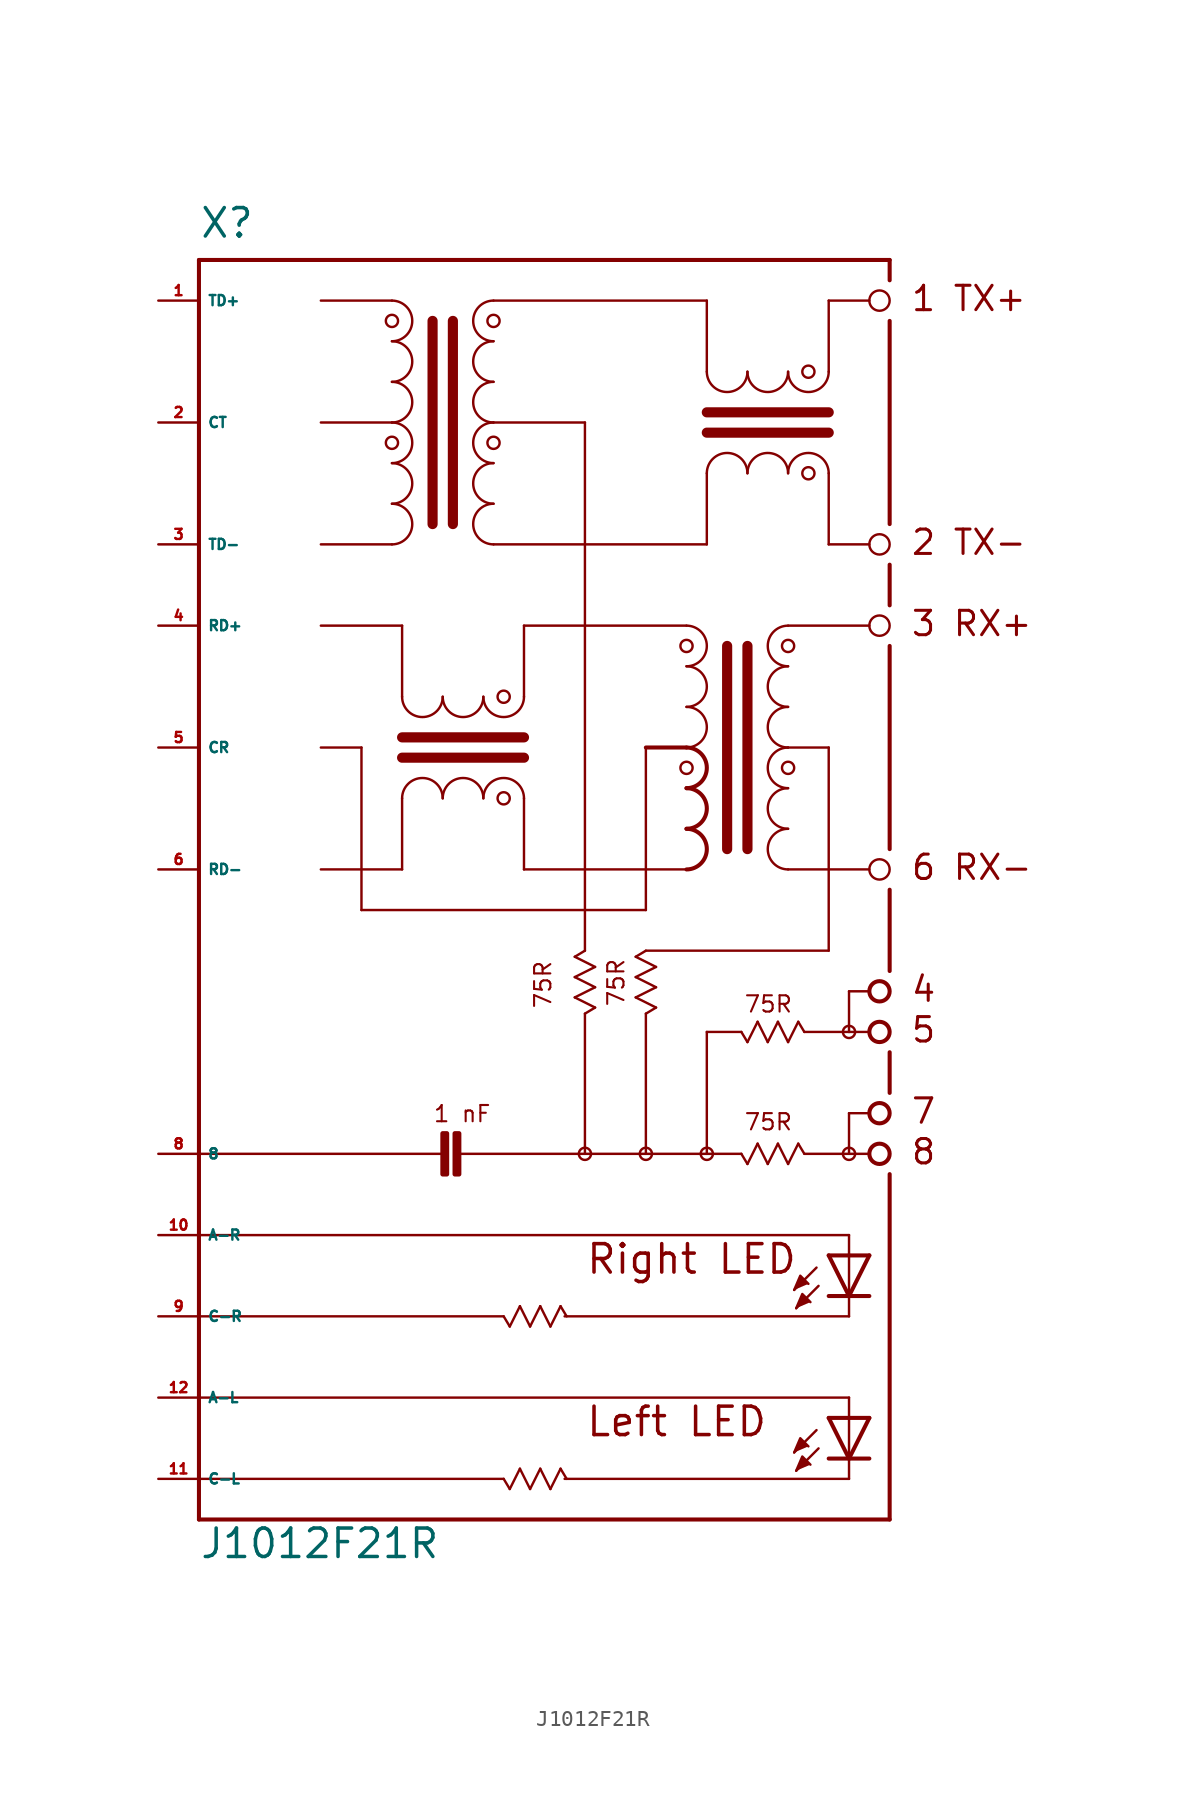
<source format=kicad_sym>
(kicad_symbol_lib
  (version 20220914)
  (generator Eagle2Kicad)
  (symbol "J1012F21R"
    (property "Reference" "X"
      (at -20.32 21.59 0)
      (effects (font (size 1.778 1.778) (thickness 0.22)) (justify left bottom)))
    (property "Value" "J1012F21R"
      (at -20.32 -60.96 0)
      (effects (font (size 1.778 1.778) (thickness 0.22)) (justify left bottom)))
    (polyline
      (pts (xy 16.891 -44.069) (xy 17.272 -43.18) (xy 17.78 -43.688))
      (stroke (width 0.152) (type default))
      (fill (type outline)))
    (polyline
      (pts (xy 17.018 -45.212) (xy 17.399 -44.323) (xy 17.907 -44.831))
      (stroke (width 0.152) (type default))
      (fill (type outline)))
    (polyline
      (pts (xy 16.891 -54.229) (xy 17.272 -53.34) (xy 17.78 -53.848))
      (stroke (width 0.152) (type default))
      (fill (type outline)))
    (polyline
      (pts (xy 17.018 -55.372) (xy 17.399 -54.483) (xy 17.907 -54.991))
      (stroke (width 0.152) (type default))
      (fill (type outline)))
    (polyline
      (pts (xy -1.27 -45.72) (xy -0.889 -46.355))
      (stroke (width 0.152) (type default))
      (fill (type none)))
    (polyline
      (pts (xy -0.889 -46.355) (xy -0.254 -45.085))
      (stroke (width 0.152) (type default))
      (fill (type none)))
    (polyline
      (pts (xy -0.254 -45.085) (xy 0.381 -46.355))
      (stroke (width 0.152) (type default))
      (fill (type none)))
    (polyline
      (pts (xy 0.381 -46.355) (xy 1.016 -45.085))
      (stroke (width 0.152) (type default))
      (fill (type none)))
    (polyline
      (pts (xy 1.016 -45.085) (xy 1.651 -46.355))
      (stroke (width 0.152) (type default))
      (fill (type none)))
    (polyline
      (pts (xy 1.651 -46.355) (xy 2.286 -45.085))
      (stroke (width 0.152) (type default))
      (fill (type none)))
    (polyline
      (pts (xy 2.286 -45.085) (xy 2.667 -45.72))
      (stroke (width 0.152) (type default))
      (fill (type none)))
    (polyline
      (pts (xy -1.27 -55.88) (xy -0.889 -56.515))
      (stroke (width 0.152) (type default))
      (fill (type none)))
    (polyline
      (pts (xy -0.889 -56.515) (xy -0.254 -55.245))
      (stroke (width 0.152) (type default))
      (fill (type none)))
    (polyline
      (pts (xy -0.254 -55.245) (xy 0.381 -56.515))
      (stroke (width 0.152) (type default))
      (fill (type none)))
    (polyline
      (pts (xy 0.381 -56.515) (xy 1.016 -55.245))
      (stroke (width 0.152) (type default))
      (fill (type none)))
    (polyline
      (pts (xy 1.016 -55.245) (xy 1.651 -56.515))
      (stroke (width 0.152) (type default))
      (fill (type none)))
    (polyline
      (pts (xy 1.651 -56.515) (xy 2.286 -55.245))
      (stroke (width 0.152) (type default))
      (fill (type none)))
    (polyline
      (pts (xy 2.286 -55.245) (xy 2.667 -55.88))
      (stroke (width 0.152) (type default))
      (fill (type none)))
    (polyline
      (pts (xy -12.7 2.54) (xy -8.255 2.54))
      (stroke (width 0.152) (type default))
      (fill (type none)))
    (polyline
      (pts (xy -12.7 10.16) (xy -8.255 10.16))
      (stroke (width 0.152) (type default))
      (fill (type none)))
    (polyline
      (pts (xy -12.7 17.78) (xy -8.255 17.78))
      (stroke (width 0.152) (type default))
      (fill (type none)))
    (arc
      (start -8.255 10.16)
      (mid -6.985 11.430)
      (end -8.255 12.7)
      (stroke (width 0.1524) (type default))
      (fill (type none)))
    (arc
      (start -8.255 12.7)
      (mid -6.985 13.970)
      (end -8.255 15.24)
      (stroke (width 0.1524) (type default))
      (fill (type none)))
    (arc
      (start -8.255 15.24)
      (mid -6.985 16.510)
      (end -8.255 17.78)
      (stroke (width 0.1524) (type default))
      (fill (type none)))
    (arc
      (start -8.255 7.62)
      (mid -6.985 8.890)
      (end -8.255 10.16)
      (stroke (width 0.1524) (type default))
      (fill (type none)))
    (arc
      (start -8.255 5.08)
      (mid -6.985 6.350)
      (end -8.255 7.62)
      (stroke (width 0.1524) (type default))
      (fill (type none)))
    (arc
      (start -8.255 2.54)
      (mid -6.985 3.810)
      (end -8.255 5.08)
      (stroke (width 0.1524) (type default))
      (fill (type none)))
    (polyline
      (pts (xy -5.715 16.51) (xy -5.715 3.81))
      (stroke (width 0.635) (type default))
      (fill (type none)))
    (polyline
      (pts (xy -4.445 16.51) (xy -4.445 3.81))
      (stroke (width 0.635) (type default))
      (fill (type none)))
    (arc
      (start -1.905 12.7)
      (mid -3.175 11.430)
      (end -1.905 10.16)
      (stroke (width 0.1524) (type default))
      (fill (type none)))
    (arc
      (start -1.905 15.24)
      (mid -3.175 13.970)
      (end -1.905 12.7)
      (stroke (width 0.1524) (type default))
      (fill (type none)))
    (arc
      (start -1.905 17.78)
      (mid -3.175 16.510)
      (end -1.905 15.24)
      (stroke (width 0.1524) (type default))
      (fill (type none)))
    (arc
      (start -1.905 10.16)
      (mid -3.175 8.890)
      (end -1.905 7.62)
      (stroke (width 0.1524) (type default))
      (fill (type none)))
    (arc
      (start -1.905 7.62)
      (mid -3.175 6.350)
      (end -1.905 5.08)
      (stroke (width 0.1524) (type default))
      (fill (type none)))
    (arc
      (start -1.905 5.08)
      (mid -3.175 3.810)
      (end -1.905 2.54)
      (stroke (width 0.1524) (type default))
      (fill (type none)))
    (arc
      (start 19.05 6.985)
      (mid 17.780 8.255)
      (end 16.51 6.985)
      (stroke (width 0.1524) (type default))
      (fill (type none)))
    (arc
      (start 16.51 6.985)
      (mid 15.240 8.255)
      (end 13.97 6.985)
      (stroke (width 0.1524) (type default))
      (fill (type none)))
    (arc
      (start 13.97 6.985)
      (mid 12.700 8.255)
      (end 11.43 6.985)
      (stroke (width 0.1524) (type default))
      (fill (type none)))
    (arc
      (start 16.51 13.335)
      (mid 17.780 12.065)
      (end 19.05 13.335)
      (stroke (width 0.1524) (type default))
      (fill (type none)))
    (arc
      (start 13.97 13.335)
      (mid 15.240 12.065)
      (end 16.51 13.335)
      (stroke (width 0.1524) (type default))
      (fill (type none)))
    (arc
      (start 11.43 13.335)
      (mid 12.700 12.065)
      (end 13.97 13.335)
      (stroke (width 0.1524) (type default))
      (fill (type none)))
    (polyline
      (pts (xy -1.905 17.78) (xy 11.43 17.78))
      (stroke (width 0.152) (type default))
      (fill (type none)))
    (polyline
      (pts (xy 11.43 17.78) (xy 11.43 13.335))
      (stroke (width 0.152) (type default))
      (fill (type none)))
    (polyline
      (pts (xy 11.43 2.54) (xy -1.905 2.54))
      (stroke (width 0.152) (type default))
      (fill (type none)))
    (polyline
      (pts (xy 11.43 2.54) (xy 11.43 6.985))
      (stroke (width 0.152) (type default))
      (fill (type none)))
    (polyline
      (pts (xy 19.05 13.335) (xy 19.05 17.78))
      (stroke (width 0.152) (type default))
      (fill (type none)))
    (polyline
      (pts (xy 19.05 17.78) (xy 21.59 17.78))
      (stroke (width 0.152) (type default))
      (fill (type none)))
    (polyline
      (pts (xy 19.05 6.985) (xy 19.05 2.54))
      (stroke (width 0.152) (type default))
      (fill (type none)))
    (polyline
      (pts (xy 19.05 2.54) (xy 21.59 2.54))
      (stroke (width 0.152) (type default))
      (fill (type none)))
    (polyline
      (pts (xy 11.43 9.525) (xy 19.05 9.525))
      (stroke (width 0.635) (type default))
      (fill (type none)))
    (polyline
      (pts (xy 11.43 10.795) (xy 19.05 10.795))
      (stroke (width 0.635) (type default))
      (fill (type none)))
    (polyline
      (pts (xy 21.59 -17.78) (xy 16.51 -17.78))
      (stroke (width 0.152) (type default))
      (fill (type none)))
    (polyline
      (pts (xy 19.05 -10.16) (xy 16.51 -10.16))
      (stroke (width 0.152) (type default))
      (fill (type none)))
    (polyline
      (pts (xy 21.59 -2.54) (xy 16.51 -2.54))
      (stroke (width 0.152) (type default))
      (fill (type none)))
    (arc
      (start 16.51 -7.62)
      (mid 15.240 -8.890)
      (end 16.51 -10.16)
      (stroke (width 0.1524) (type default))
      (fill (type none)))
    (arc
      (start 16.51 -5.08)
      (mid 15.240 -6.350)
      (end 16.51 -7.62)
      (stroke (width 0.1524) (type default))
      (fill (type none)))
    (arc
      (start 16.51 -2.54)
      (mid 15.240 -3.810)
      (end 16.51 -5.08)
      (stroke (width 0.1524) (type default))
      (fill (type none)))
    (arc
      (start 16.51 -10.16)
      (mid 15.240 -11.430)
      (end 16.51 -12.7)
      (stroke (width 0.1524) (type default))
      (fill (type none)))
    (arc
      (start 16.51 -12.7)
      (mid 15.240 -13.970)
      (end 16.51 -15.24)
      (stroke (width 0.1524) (type default))
      (fill (type none)))
    (arc
      (start 16.51 -15.24)
      (mid 15.240 -16.510)
      (end 16.51 -17.78)
      (stroke (width 0.1524) (type default))
      (fill (type none)))
    (polyline
      (pts (xy 13.97 -3.81) (xy 13.97 -16.51))
      (stroke (width 0.635) (type default))
      (fill (type none)))
    (polyline
      (pts (xy 12.7 -3.81) (xy 12.7 -16.51))
      (stroke (width 0.635) (type default))
      (fill (type none)))
    (arc
      (start 10.16 -10.16)
      (mid 11.430 -8.890)
      (end 10.16 -7.62)
      (stroke (width 0.1524) (type default))
      (fill (type none)))
    (arc
      (start 10.16 -7.62)
      (mid 11.430 -6.350)
      (end 10.16 -5.08)
      (stroke (width 0.1524) (type default))
      (fill (type none)))
    (arc
      (start 10.16 -5.08)
      (mid 11.430 -3.810)
      (end 10.16 -2.54)
      (stroke (width 0.1524) (type default))
      (fill (type none)))
    (arc
      (start 10.16 -12.7)
      (mid 11.430 -11.430)
      (end 10.16 -10.16)
      (stroke (width 0.254) (type default))
      (fill (type none)))
    (arc
      (start 10.16 -15.24)
      (mid 11.430 -13.970)
      (end 10.16 -12.7)
      (stroke (width 0.254) (type default))
      (fill (type none)))
    (arc
      (start 10.16 -17.78)
      (mid 11.430 -16.510)
      (end 10.16 -15.24)
      (stroke (width 0.254) (type default))
      (fill (type none)))
    (arc
      (start -5.08 -13.335)
      (mid -6.350 -12.065)
      (end -7.62 -13.335)
      (stroke (width 0.1524) (type default))
      (fill (type none)))
    (arc
      (start -2.54 -13.335)
      (mid -3.810 -12.065)
      (end -5.08 -13.335)
      (stroke (width 0.1524) (type default))
      (fill (type none)))
    (arc
      (start 0 -13.335)
      (mid -1.270 -12.065)
      (end -2.54 -13.335)
      (stroke (width 0.1524) (type default))
      (fill (type none)))
    (arc
      (start -7.62 -6.985)
      (mid -6.350 -8.255)
      (end -5.08 -6.985)
      (stroke (width 0.1524) (type default))
      (fill (type none)))
    (arc
      (start -5.08 -6.985)
      (mid -3.810 -8.255)
      (end -2.54 -6.985)
      (stroke (width 0.1524) (type default))
      (fill (type none)))
    (arc
      (start -2.54 -6.985)
      (mid -1.270 -8.255)
      (end 0 -6.985)
      (stroke (width 0.1524) (type default))
      (fill (type none)))
    (polyline
      (pts (xy 10.16 -2.54) (xy 0 -2.54))
      (stroke (width 0.152) (type default))
      (fill (type none)))
    (polyline
      (pts (xy 0 -2.54) (xy 0 -6.985))
      (stroke (width 0.152) (type default))
      (fill (type none)))
    (polyline
      (pts (xy 0 -17.78) (xy 10.16 -17.78))
      (stroke (width 0.152) (type default))
      (fill (type none)))
    (polyline
      (pts (xy 0 -17.78) (xy 0 -13.335))
      (stroke (width 0.152) (type default))
      (fill (type none)))
    (polyline
      (pts (xy -7.62 -6.985) (xy -7.62 -2.54))
      (stroke (width 0.152) (type default))
      (fill (type none)))
    (polyline
      (pts (xy -7.62 -2.54) (xy -12.7 -2.54))
      (stroke (width 0.152) (type default))
      (fill (type none)))
    (polyline
      (pts (xy -7.62 -13.335) (xy -7.62 -17.78))
      (stroke (width 0.152) (type default))
      (fill (type none)))
    (polyline
      (pts (xy -7.62 -17.78) (xy -12.7 -17.78))
      (stroke (width 0.152) (type default))
      (fill (type none)))
    (polyline
      (pts (xy 0 -10.795) (xy -7.62 -10.795))
      (stroke (width 0.635) (type default))
      (fill (type none)))
    (polyline
      (pts (xy 0 -9.525) (xy -7.62 -9.525))
      (stroke (width 0.635) (type default))
      (fill (type none)))
    (polyline
      (pts (xy 21.59 -25.4) (xy 20.32 -25.4))
      (stroke (width 0.152) (type default))
      (fill (type none)))
    (polyline
      (pts (xy 20.32 -25.4) (xy 20.32 -27.94))
      (stroke (width 0.152) (type default))
      (fill (type none)))
    (polyline
      (pts (xy 20.32 -27.94) (xy 21.59 -27.94))
      (stroke (width 0.152) (type default))
      (fill (type none)))
    (polyline
      (pts (xy 21.59 -33.02) (xy 20.32 -33.02))
      (stroke (width 0.152) (type default))
      (fill (type none)))
    (polyline
      (pts (xy 20.32 -33.02) (xy 20.32 -35.56))
      (stroke (width 0.152) (type default))
      (fill (type none)))
    (polyline
      (pts (xy 20.32 -35.56) (xy 21.59 -35.56))
      (stroke (width 0.152) (type default))
      (fill (type none)))
    (polyline
      (pts (xy 20.32 -27.94) (xy 17.526 -27.94))
      (stroke (width 0.152) (type default))
      (fill (type none)))
    (polyline
      (pts (xy 17.526 -35.56) (xy 20.32 -35.56))
      (stroke (width 0.152) (type default))
      (fill (type none)))
    (polyline
      (pts (xy -20.32 20.32) (xy -20.32 -35.56))
      (stroke (width 0.254) (type default))
      (fill (type none)))
    (polyline
      (pts (xy -20.32 -35.56) (xy -20.32 -40.64))
      (stroke (width 0.254) (type default))
      (fill (type none)))
    (polyline
      (pts (xy -20.32 -40.64) (xy -20.32 -45.72))
      (stroke (width 0.254) (type default))
      (fill (type none)))
    (polyline
      (pts (xy -20.32 -45.72) (xy -20.32 -50.8))
      (stroke (width 0.254) (type default))
      (fill (type none)))
    (polyline
      (pts (xy -20.32 -50.8) (xy -20.32 -55.88))
      (stroke (width 0.254) (type default))
      (fill (type none)))
    (polyline
      (pts (xy -20.32 -55.88) (xy -20.32 -58.42))
      (stroke (width 0.254) (type default))
      (fill (type none)))
    (polyline
      (pts (xy -20.32 -58.42) (xy 22.86 -58.42))
      (stroke (width 0.254) (type default))
      (fill (type none)))
    (polyline
      (pts (xy -20.32 20.32) (xy 22.86 20.32))
      (stroke (width 0.254) (type default))
      (fill (type none)))
    (polyline
      (pts (xy 22.86 20.32) (xy 22.86 19.05))
      (stroke (width 0.254) (type default))
      (fill (type none)))
    (polyline
      (pts (xy 22.86 -58.42) (xy 22.86 -36.83))
      (stroke (width 0.254) (type default))
      (fill (type none)))
    (polyline
      (pts (xy 22.86 -31.75) (xy 22.86 -29.21))
      (stroke (width 0.254) (type default))
      (fill (type none)))
    (polyline
      (pts (xy 22.86 -24.13) (xy 22.86 -19.05))
      (stroke (width 0.254) (type default))
      (fill (type none)))
    (polyline
      (pts (xy 22.86 -16.51) (xy 22.86 -3.81))
      (stroke (width 0.254) (type default))
      (fill (type none)))
    (polyline
      (pts (xy 22.86 -1.27) (xy 22.86 1.27))
      (stroke (width 0.254) (type default))
      (fill (type none)))
    (polyline
      (pts (xy 22.86 3.81) (xy 22.86 16.51))
      (stroke (width 0.254) (type default))
      (fill (type none)))
    (polyline
      (pts (xy -1.905 10.16) (xy 3.81 10.16))
      (stroke (width 0.152) (type default))
      (fill (type none)))
    (polyline
      (pts (xy 3.81 10.16) (xy 3.81 -22.86))
      (stroke (width 0.152) (type default))
      (fill (type none)))
    (polyline
      (pts (xy 19.05 -10.16) (xy 19.05 -22.86))
      (stroke (width 0.152) (type default))
      (fill (type none)))
    (polyline
      (pts (xy 19.05 -22.86) (xy 7.62 -22.86))
      (stroke (width 0.152) (type default))
      (fill (type none)))
    (polyline
      (pts (xy 7.62 -22.86) (xy 6.985 -23.241))
      (stroke (width 0.152) (type default))
      (fill (type none)))
    (polyline
      (pts (xy 6.985 -23.241) (xy 8.255 -23.876))
      (stroke (width 0.152) (type default))
      (fill (type none)))
    (polyline
      (pts (xy 8.255 -23.876) (xy 6.985 -24.511))
      (stroke (width 0.152) (type default))
      (fill (type none)))
    (polyline
      (pts (xy 6.985 -24.511) (xy 8.255 -25.146))
      (stroke (width 0.152) (type default))
      (fill (type none)))
    (polyline
      (pts (xy 8.255 -25.146) (xy 6.985 -25.781))
      (stroke (width 0.152) (type default))
      (fill (type none)))
    (polyline
      (pts (xy 6.985 -25.781) (xy 8.255 -26.416))
      (stroke (width 0.152) (type default))
      (fill (type none)))
    (polyline
      (pts (xy 8.255 -26.416) (xy 7.62 -26.797))
      (stroke (width 0.152) (type default))
      (fill (type none)))
    (polyline
      (pts (xy 3.81 -22.86) (xy 3.175 -23.241))
      (stroke (width 0.152) (type default))
      (fill (type none)))
    (polyline
      (pts (xy 3.175 -23.241) (xy 4.445 -23.876))
      (stroke (width 0.152) (type default))
      (fill (type none)))
    (polyline
      (pts (xy 4.445 -23.876) (xy 3.175 -24.511))
      (stroke (width 0.152) (type default))
      (fill (type none)))
    (polyline
      (pts (xy 3.175 -24.511) (xy 4.445 -25.146))
      (stroke (width 0.152) (type default))
      (fill (type none)))
    (polyline
      (pts (xy 4.445 -25.146) (xy 3.175 -25.781))
      (stroke (width 0.152) (type default))
      (fill (type none)))
    (polyline
      (pts (xy 3.175 -25.781) (xy 4.445 -26.416))
      (stroke (width 0.152) (type default))
      (fill (type none)))
    (polyline
      (pts (xy 4.445 -26.416) (xy 3.81 -26.797))
      (stroke (width 0.152) (type default))
      (fill (type none)))
    (polyline
      (pts (xy 13.589 -27.94) (xy 13.97 -28.575))
      (stroke (width 0.152) (type default))
      (fill (type none)))
    (polyline
      (pts (xy 13.97 -28.575) (xy 14.605 -27.305))
      (stroke (width 0.152) (type default))
      (fill (type none)))
    (polyline
      (pts (xy 14.605 -27.305) (xy 15.24 -28.575))
      (stroke (width 0.152) (type default))
      (fill (type none)))
    (polyline
      (pts (xy 15.24 -28.575) (xy 15.875 -27.305))
      (stroke (width 0.152) (type default))
      (fill (type none)))
    (polyline
      (pts (xy 15.875 -27.305) (xy 16.51 -28.575))
      (stroke (width 0.152) (type default))
      (fill (type none)))
    (polyline
      (pts (xy 16.51 -28.575) (xy 17.145 -27.305))
      (stroke (width 0.152) (type default))
      (fill (type none)))
    (polyline
      (pts (xy 17.145 -27.305) (xy 17.526 -27.94))
      (stroke (width 0.152) (type default))
      (fill (type none)))
    (polyline
      (pts (xy 13.589 -35.56) (xy 13.97 -36.195))
      (stroke (width 0.152) (type default))
      (fill (type none)))
    (polyline
      (pts (xy 13.97 -36.195) (xy 14.605 -34.925))
      (stroke (width 0.152) (type default))
      (fill (type none)))
    (polyline
      (pts (xy 14.605 -34.925) (xy 15.24 -36.195))
      (stroke (width 0.152) (type default))
      (fill (type none)))
    (polyline
      (pts (xy 15.24 -36.195) (xy 15.875 -34.925))
      (stroke (width 0.152) (type default))
      (fill (type none)))
    (polyline
      (pts (xy 15.875 -34.925) (xy 16.51 -36.195))
      (stroke (width 0.152) (type default))
      (fill (type none)))
    (polyline
      (pts (xy 16.51 -36.195) (xy 17.145 -34.925))
      (stroke (width 0.152) (type default))
      (fill (type none)))
    (polyline
      (pts (xy 17.145 -34.925) (xy 17.526 -35.56))
      (stroke (width 0.152) (type default))
      (fill (type none)))
    (polyline
      (pts (xy -20.32 -35.56) (xy -5.08 -35.56))
      (stroke (width 0.152) (type default))
      (fill (type none)))
    (polyline
      (pts (xy -4.064 -35.56) (xy 3.81 -35.56))
      (stroke (width 0.152) (type default))
      (fill (type none)))
    (polyline
      (pts (xy 3.81 -35.56) (xy 7.62 -35.56))
      (stroke (width 0.152) (type default))
      (fill (type none)))
    (polyline
      (pts (xy 7.62 -35.56) (xy 11.43 -35.56))
      (stroke (width 0.152) (type default))
      (fill (type none)))
    (polyline
      (pts (xy 11.43 -35.56) (xy 13.589 -35.56))
      (stroke (width 0.152) (type default))
      (fill (type none)))
    (polyline
      (pts (xy 13.589 -27.94) (xy 11.43 -27.94))
      (stroke (width 0.152) (type default))
      (fill (type none)))
    (polyline
      (pts (xy 11.43 -27.94) (xy 11.43 -35.56))
      (stroke (width 0.152) (type default))
      (fill (type none)))
    (polyline
      (pts (xy 3.81 -26.797) (xy 3.81 -35.56))
      (stroke (width 0.152) (type default))
      (fill (type none)))
    (polyline
      (pts (xy 7.62 -26.797) (xy 7.62 -35.56))
      (stroke (width 0.152) (type default))
      (fill (type none)))
    (polyline
      (pts (xy -12.7 -10.16) (xy -10.16 -10.16))
      (stroke (width 0.152) (type default))
      (fill (type none)))
    (polyline
      (pts (xy -10.16 -10.16) (xy -10.16 -20.32))
      (stroke (width 0.152) (type default))
      (fill (type none)))
    (polyline
      (pts (xy -10.16 -20.32) (xy 7.62 -20.32))
      (stroke (width 0.152) (type default))
      (fill (type none)))
    (polyline
      (pts (xy 7.62 -20.32) (xy 7.62 -10.16))
      (stroke (width 0.152) (type default))
      (fill (type none)))
    (polyline
      (pts (xy 7.62 -10.16) (xy 10.16 -10.16))
      (stroke (width 0.254) (type default))
      (fill (type none)))
    (polyline
      (pts (xy -20.32 -45.72) (xy -1.27 -45.72))
      (stroke (width 0.152) (type default))
      (fill (type none)))
    (polyline
      (pts (xy -20.32 -55.88) (xy -1.27 -55.88))
      (stroke (width 0.152) (type default))
      (fill (type none)))
    (polyline
      (pts (xy 21.59 -41.91) (xy 20.32 -44.45))
      (stroke (width 0.254) (type default))
      (fill (type none)))
    (polyline
      (pts (xy 20.32 -44.45) (xy 19.05 -41.91))
      (stroke (width 0.254) (type default))
      (fill (type none)))
    (polyline
      (pts (xy 21.59 -44.45) (xy 20.32 -44.45))
      (stroke (width 0.254) (type default))
      (fill (type none)))
    (polyline
      (pts (xy 20.32 -44.45) (xy 19.05 -44.45))
      (stroke (width 0.254) (type default))
      (fill (type none)))
    (polyline
      (pts (xy 21.59 -41.91) (xy 20.32 -41.91))
      (stroke (width 0.254) (type default))
      (fill (type none)))
    (polyline
      (pts (xy 20.32 -41.91) (xy 19.05 -41.91))
      (stroke (width 0.254) (type default))
      (fill (type none)))
    (polyline
      (pts (xy 20.32 -41.91) (xy 20.32 -44.45))
      (stroke (width 0.152) (type default))
      (fill (type none)))
    (polyline
      (pts (xy 18.288 -42.672) (xy 16.891 -44.069))
      (stroke (width 0.152) (type default))
      (fill (type none)))
    (polyline
      (pts (xy 18.415 -43.815) (xy 17.018 -45.212))
      (stroke (width 0.152) (type default))
      (fill (type none)))
    (polyline
      (pts (xy 20.32 -45.72) (xy 20.32 -44.45))
      (stroke (width 0.152) (type default))
      (fill (type none)))
    (polyline
      (pts (xy -20.32 -40.64) (xy 20.32 -40.64))
      (stroke (width 0.152) (type default))
      (fill (type none)))
    (polyline
      (pts (xy 20.32 -40.64) (xy 20.32 -41.91))
      (stroke (width 0.152) (type default))
      (fill (type none)))
    (polyline
      (pts (xy 2.54 -45.72) (xy 20.32 -45.72))
      (stroke (width 0.152) (type default))
      (fill (type none)))
    (polyline
      (pts (xy 21.59 -52.07) (xy 20.32 -54.61))
      (stroke (width 0.254) (type default))
      (fill (type none)))
    (polyline
      (pts (xy 20.32 -54.61) (xy 19.05 -52.07))
      (stroke (width 0.254) (type default))
      (fill (type none)))
    (polyline
      (pts (xy 21.59 -54.61) (xy 20.32 -54.61))
      (stroke (width 0.254) (type default))
      (fill (type none)))
    (polyline
      (pts (xy 20.32 -54.61) (xy 19.05 -54.61))
      (stroke (width 0.254) (type default))
      (fill (type none)))
    (polyline
      (pts (xy 21.59 -52.07) (xy 20.32 -52.07))
      (stroke (width 0.254) (type default))
      (fill (type none)))
    (polyline
      (pts (xy 20.32 -52.07) (xy 19.05 -52.07))
      (stroke (width 0.254) (type default))
      (fill (type none)))
    (polyline
      (pts (xy 20.32 -52.07) (xy 20.32 -54.61))
      (stroke (width 0.152) (type default))
      (fill (type none)))
    (polyline
      (pts (xy 18.288 -52.832) (xy 16.891 -54.229))
      (stroke (width 0.152) (type default))
      (fill (type none)))
    (polyline
      (pts (xy 18.415 -53.975) (xy 17.018 -55.372))
      (stroke (width 0.152) (type default))
      (fill (type none)))
    (polyline
      (pts (xy 20.32 -55.88) (xy 20.32 -54.61))
      (stroke (width 0.152) (type default))
      (fill (type none)))
    (polyline
      (pts (xy -20.32 -50.8) (xy 20.32 -50.8))
      (stroke (width 0.152) (type default))
      (fill (type none)))
    (polyline
      (pts (xy 20.32 -50.8) (xy 20.32 -52.07))
      (stroke (width 0.152) (type default))
      (fill (type none)))
    (polyline
      (pts (xy 2.54 -55.88) (xy 20.32 -55.88))
      (stroke (width 0.152) (type default))
      (fill (type none)))
    (text "Right LED"
      (at 3.81 -43.18 0)
      (effects (font (size 1.778 1.778) (thickness 0.22)) (justify left bottom)))
    (text "Left LED"
      (at 3.81 -53.34 0)
      (effects (font (size 1.778 1.778) (thickness 0.22)) (justify left bottom)))
    (text "1 TX+"
      (at 24.13 17.018 0)
      (effects (font (size 1.524 1.524) (thickness 0.19)) (justify left bottom)))
    (text "2 TX-"
      (at 24.13 1.778 0)
      (effects (font (size 1.524 1.524) (thickness 0.19)) (justify left bottom)))
    (text "3 RX+"
      (at 24.13 -3.302 0)
      (effects (font (size 1.524 1.524) (thickness 0.19)) (justify left bottom)))
    (text "6 RX-"
      (at 24.13 -18.542 0)
      (effects (font (size 1.524 1.524) (thickness 0.19)) (justify left bottom)))
    (text "4"
      (at 24.13 -26.162 0)
      (effects (font (size 1.524 1.524) (thickness 0.19)) (justify left bottom)))
    (text "5"
      (at 24.13 -28.702 0)
      (effects (font (size 1.524 1.524) (thickness 0.19)) (justify left bottom)))
    (text "7"
      (at 24.13 -33.782 0)
      (effects (font (size 1.524 1.524) (thickness 0.19)) (justify left bottom)))
    (text "8"
      (at 24.13 -36.322 0)
      (effects (font (size 1.524 1.524) (thickness 0.19)) (justify left bottom)))
    (text "75R"
      (at 6.35 -26.416 900)
      (effects (font (size 1.016 1.016) (thickness 0.13)) (justify left bottom)))
    (text "75R"
      (at 1.778 -26.543 900)
      (effects (font (size 1.016 1.016) (thickness 0.13)) (justify left bottom mirror)))
    (text "75R"
      (at 13.716 -26.797 0)
      (effects (font (size 1.016 1.016) (thickness 0.13)) (justify left bottom)))
    (text "75R"
      (at 13.716 -34.163 0)
      (effects (font (size 1.016 1.016) (thickness 0.13)) (justify left bottom)))
    (text "1 nF"
      (at -5.715 -33.655 0)
      (effects (font (size 1.016 1.016) (thickness 0.13)) (justify left bottom)))
    (circle
      (center -8.255 16.51)
      (radius 0.381)
      (stroke (width 0) (type default))
      (fill (type none)))
    (circle
      (center -8.255 8.89)
      (radius 0.381)
      (stroke (width 0) (type default))
      (fill (type none)))
    (circle
      (center -1.905 16.51)
      (radius 0.381)
      (stroke (width 0) (type default))
      (fill (type none)))
    (circle
      (center -1.905 8.89)
      (radius 0.381)
      (stroke (width 0) (type default))
      (fill (type none)))
    (circle
      (center 17.78 6.985)
      (radius 0.381)
      (stroke (width 0) (type default))
      (fill (type none)))
    (circle
      (center 17.78 13.335)
      (radius 0.381)
      (stroke (width 0) (type default))
      (fill (type none)))
    (circle
      (center 16.51 -3.81)
      (radius 0.381)
      (stroke (width 0) (type default))
      (fill (type none)))
    (circle
      (center 16.51 -11.43)
      (radius 0.381)
      (stroke (width 0) (type default))
      (fill (type none)))
    (circle
      (center 10.16 -3.81)
      (radius 0.381)
      (stroke (width 0) (type default))
      (fill (type none)))
    (circle
      (center 10.16 -11.43)
      (radius 0.381)
      (stroke (width 0) (type default))
      (fill (type none)))
    (circle
      (center -1.27 -13.335)
      (radius 0.381)
      (stroke (width 0) (type default))
      (fill (type none)))
    (circle
      (center -1.27 -6.985)
      (radius 0.381)
      (stroke (width 0) (type default))
      (fill (type none)))
    (circle
      (center 22.225 17.78)
      (radius 0.635)
      (stroke (width 0.152) (type default))
      (fill (type none)))
    (circle
      (center 22.225 2.54)
      (radius 0.635)
      (stroke (width 0.152) (type default))
      (fill (type none)))
    (circle
      (center 22.225 -2.54)
      (radius 0.635)
      (stroke (width 0.152) (type default))
      (fill (type none)))
    (circle
      (center 22.225 -17.78)
      (radius 0.635)
      (stroke (width 0.152) (type default))
      (fill (type none)))
    (circle
      (center 22.225 -25.4)
      (radius 0.635)
      (stroke (width 0.254) (type default))
      (fill (type none)))
    (circle
      (center 22.225 -27.94)
      (radius 0.635)
      (stroke (width 0.254) (type default))
      (fill (type none)))
    (circle
      (center 22.225 -33.02)
      (radius 0.635)
      (stroke (width 0.254) (type default))
      (fill (type none)))
    (circle
      (center 22.225 -35.56)
      (radius 0.635)
      (stroke (width 0.254) (type default))
      (fill (type none)))
    (circle
      (center 7.62 -35.56)
      (radius 0.381)
      (stroke (width 0) (type default))
      (fill (type none)))
    (circle
      (center 3.81 -35.56)
      (radius 0.381)
      (stroke (width 0) (type default))
      (fill (type none)))
    (circle
      (center 11.43 -35.56)
      (radius 0.381)
      (stroke (width 0) (type default))
      (fill (type none)))
    (circle
      (center 20.32 -35.56)
      (radius 0.381)
      (stroke (width 0) (type default))
      (fill (type none)))
    (circle
      (center 20.32 -27.94)
      (radius 0.381)
      (stroke (width 0) (type default))
      (fill (type none)))
    (rectangle
      (start -5.08 -36.83)
      (end -4.826 -34.29)
      (stroke (width 0.3) (type default))
      (fill (type outline)))
    (rectangle
      (start -4.318 -36.83)
      (end -4.064 -34.29)
      (stroke (width 0.3) (type default))
      (fill (type outline)))
    (pin passive line
      (at -22.86 -45.72 0)
      (length 2.54)
      (name "C-R" (effects (font (size 0.635 0.635) (thickness 0.08)) (justify left bottom)))
      (number "9" (effects (font (size 0.635 0.635) (thickness 0.08)) (justify left bottom))))
    (pin passive line
      (at -22.86 -40.64 0)
      (length 2.54)
      (name "A-R" (effects (font (size 0.635 0.635) (thickness 0.08)) (justify left bottom)))
      (number "10" (effects (font (size 0.635 0.635) (thickness 0.08)) (justify left bottom))))
    (pin passive line
      (at -22.86 -55.88 0)
      (length 2.54)
      (name "C-L" (effects (font (size 0.635 0.635) (thickness 0.08)) (justify left bottom)))
      (number "11" (effects (font (size 0.635 0.635) (thickness 0.08)) (justify left bottom))))
    (pin passive line
      (at -22.86 -50.8 0)
      (length 2.54)
      (name "A-L" (effects (font (size 0.635 0.635) (thickness 0.08)) (justify left bottom)))
      (number "12" (effects (font (size 0.635 0.635) (thickness 0.08)) (justify left bottom))))
    (pin input line
      (at -22.86 17.78 0)
      (length 2.54)
      (name "TD+" (effects (font (size 0.635 0.635) (thickness 0.08)) (justify left bottom)))
      (number "1" (effects (font (size 0.635 0.635) (thickness 0.08)) (justify left bottom))))
    (pin input line
      (at -22.86 10.16 0)
      (length 2.54)
      (name "CT" (effects (font (size 0.635 0.635) (thickness 0.08)) (justify left bottom)))
      (number "2" (effects (font (size 0.635 0.635) (thickness 0.08)) (justify left bottom))))
    (pin input line
      (at -22.86 2.54 0)
      (length 2.54)
      (name "TD-" (effects (font (size 0.635 0.635) (thickness 0.08)) (justify left bottom)))
      (number "3" (effects (font (size 0.635 0.635) (thickness 0.08)) (justify left bottom))))
    (pin input line
      (at -22.86 -2.54 0)
      (length 2.54)
      (name "RD+" (effects (font (size 0.635 0.635) (thickness 0.08)) (justify left bottom)))
      (number "4" (effects (font (size 0.635 0.635) (thickness 0.08)) (justify left bottom))))
    (pin input line
      (at -22.86 -10.16 0)
      (length 2.54)
      (name "CR" (effects (font (size 0.635 0.635) (thickness 0.08)) (justify left bottom)))
      (number "5" (effects (font (size 0.635 0.635) (thickness 0.08)) (justify left bottom))))
    (pin input line
      (at -22.86 -17.78 0)
      (length 2.54)
      (name "RD-" (effects (font (size 0.635 0.635) (thickness 0.08)) (justify left bottom)))
      (number "6" (effects (font (size 0.635 0.635) (thickness 0.08)) (justify left bottom))))
    (pin input line
      (at -22.86 -35.56 0)
      (length 2.54)
      (name "8" (effects (font (size 0.635 0.635) (thickness 0.08)) (justify left bottom)))
      (number "8" (effects (font (size 0.635 0.635) (thickness 0.08)) (justify left bottom))))))
</source>
